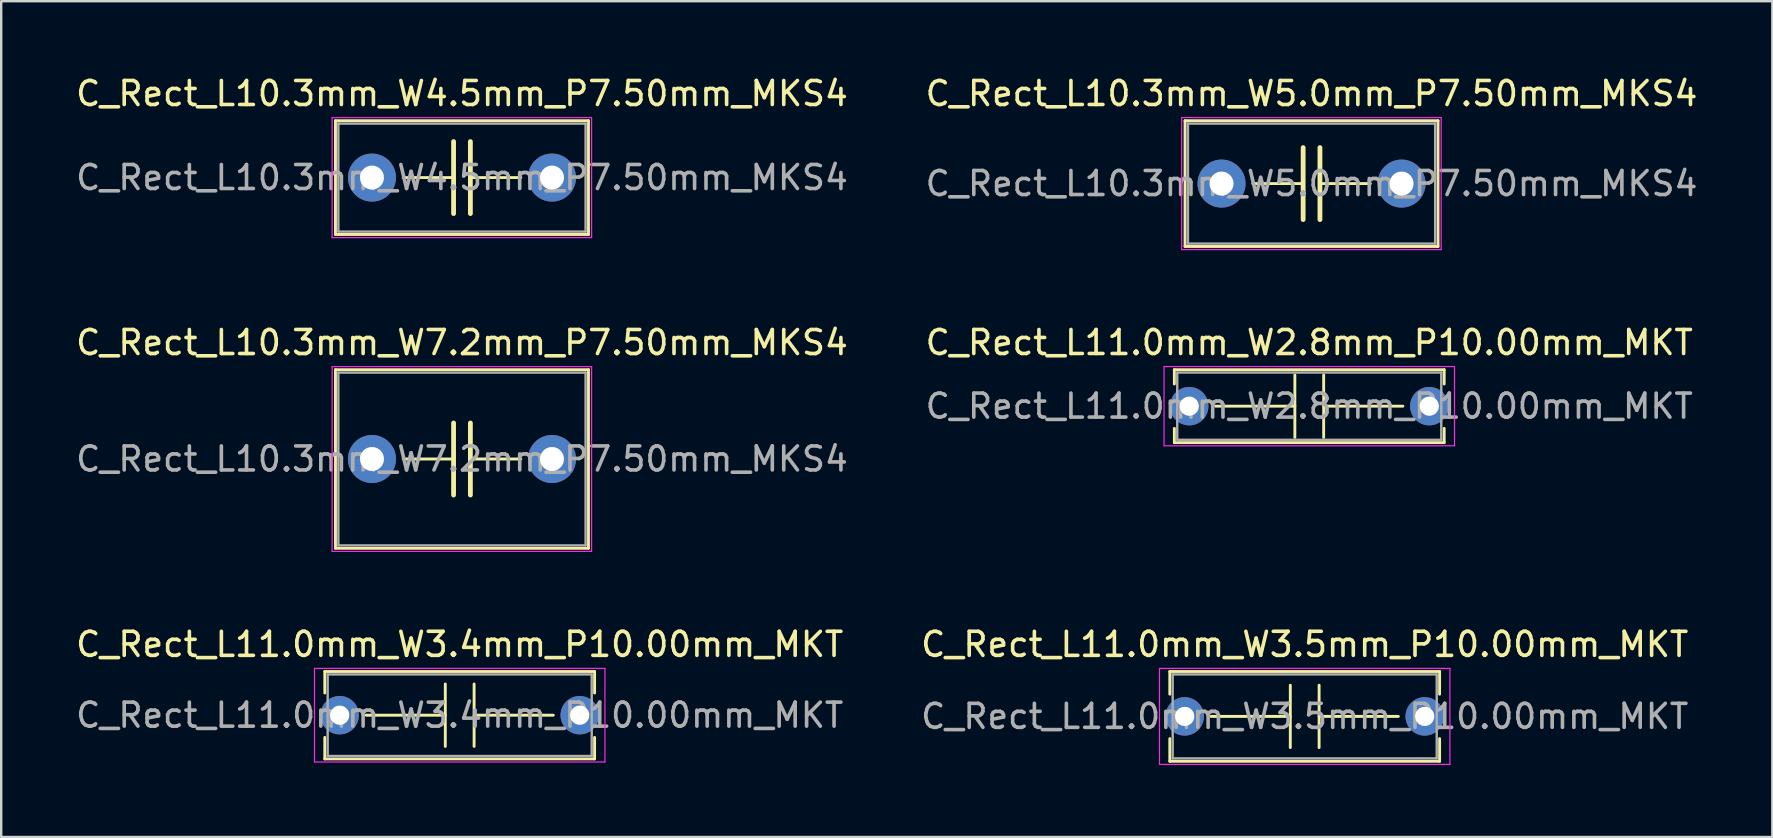
<source format=kicad_pcb>
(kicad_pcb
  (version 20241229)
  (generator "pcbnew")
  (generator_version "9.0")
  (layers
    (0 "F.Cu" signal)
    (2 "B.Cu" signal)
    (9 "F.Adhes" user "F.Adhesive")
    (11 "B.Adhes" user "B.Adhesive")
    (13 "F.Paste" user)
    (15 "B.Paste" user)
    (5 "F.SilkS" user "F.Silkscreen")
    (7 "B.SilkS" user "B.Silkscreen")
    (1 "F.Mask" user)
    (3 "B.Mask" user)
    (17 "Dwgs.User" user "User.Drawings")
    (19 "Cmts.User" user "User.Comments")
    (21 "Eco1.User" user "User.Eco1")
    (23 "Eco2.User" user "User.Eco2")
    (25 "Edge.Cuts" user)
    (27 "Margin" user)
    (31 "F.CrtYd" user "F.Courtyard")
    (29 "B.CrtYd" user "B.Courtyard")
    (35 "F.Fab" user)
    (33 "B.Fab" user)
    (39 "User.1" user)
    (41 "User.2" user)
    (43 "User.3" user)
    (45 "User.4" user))
  (footprint "C_Rect_L11.0mm_W3.5mm_P10.00mm_MKT"
    (layer "F.Cu")
    (at 46.304 26.795)
    (property "Reference" "C_Rect_L11.0mm_W3.5mm_P10.00mm_MKT" (at 5 -3 0) (layer "F.SilkS") (effects (font (size 1 1) (thickness 0.15))))
    (attr through_hole)
    (fp_line (start -0.62 -1.87) (end -0.62 -0.925) (stroke (width 0.12) (type solid)) (layer "F.SilkS"))
    (fp_line (start -0.62 -1.87) (end 10.62 -1.87) (stroke (width 0.12) (type solid)) (layer "F.SilkS"))
    (fp_line (start -0.62 0.925) (end -0.62 1.87) (stroke (width 0.12) (type solid)) (layer "F.SilkS"))
    (fp_line (start -0.62 1.87) (end 10.62 1.87) (stroke (width 0.12) (type solid)) (layer "F.SilkS"))
    (fp_line (start 1.1 0) (end 4.4 0) (stroke (width 0.12) (type solid)) (layer "F.SilkS"))
    (fp_line (start 4.4 1.3) (end 4.4 -1.3) (stroke (width 0.12) (type solid)) (layer "F.SilkS"))
    (fp_line (start 5.6 1.3) (end 5.6 -1.3) (stroke (width 0.12) (type solid)) (layer "F.SilkS"))
    (fp_line (start 8.9 0) (end 5.6 0) (stroke (width 0.12) (type solid)) (layer "F.SilkS"))
    (fp_line (start 10.62 -1.87) (end 10.62 -0.925) (stroke (width 0.12) (type solid)) (layer "F.SilkS"))
    (fp_line (start 10.62 0.925) (end 10.62 1.87) (stroke (width 0.12) (type solid)) (layer "F.SilkS"))
    (fp_line (start -1.05 -2) (end -1.05 2) (stroke (width 0.05) (type solid)) (layer "F.CrtYd"))
    (fp_line (start -1.05 2) (end 11.05 2) (stroke (width 0.05) (type solid)) (layer "F.CrtYd"))
    (fp_line (start 11.05 -2) (end -1.05 -2) (stroke (width 0.05) (type solid)) (layer "F.CrtYd"))
    (fp_line (start 11.05 2) (end 11.05 -2) (stroke (width 0.05) (type solid)) (layer "F.CrtYd"))
    (fp_line (start -0.5 -1.75) (end -0.5 1.75) (stroke (width 0.1) (type solid)) (layer "F.Fab"))
    (fp_line (start -0.5 1.75) (end 10.5 1.75) (stroke (width 0.1) (type solid)) (layer "F.Fab"))
    (fp_line (start 10.5 -1.75) (end -0.5 -1.75) (stroke (width 0.1) (type solid)) (layer "F.Fab"))
    (fp_line (start 10.5 1.75) (end 10.5 -1.75) (stroke (width 0.1) (type solid)) (layer "F.Fab"))
    (fp_text user "${REFERENCE}" (at 5 0 0) (layer "F.Fab") (effects (font (size 1 1) (thickness 0.15))))
    (pad "1" thru_hole circle (at 0 0) (size 1.6 1.6) (drill 0.8) (layers "*.Cu" "*.Mask"))
    (pad "2" thru_hole circle (at 10 0) (size 1.6 1.6) (drill 0.8) (layers "*.Cu" "*.Mask")))
  (footprint "C_Rect_L11.0mm_W3.4mm_P10.00mm_MKT"
    (layer "F.Cu")
    (at 11.101 26.745)
    (property "Reference" "C_Rect_L11.0mm_W3.4mm_P10.00mm_MKT" (at 5 -2.95 0) (layer "F.SilkS") (effects (font (size 1 1) (thickness 0.15))))
    (attr through_hole)
    (fp_line (start -0.62 -1.82) (end -0.62 -0.925) (stroke (width 0.12) (type solid)) (layer "F.SilkS"))
    (fp_line (start -0.62 -1.82) (end 10.62 -1.82) (stroke (width 0.12) (type solid)) (layer "F.SilkS"))
    (fp_line (start -0.62 0.925) (end -0.62 1.82) (stroke (width 0.12) (type solid)) (layer "F.SilkS"))
    (fp_line (start -0.62 1.82) (end 10.62 1.82) (stroke (width 0.12) (type solid)) (layer "F.SilkS"))
    (fp_line (start 1.1 0) (end 4.4 0) (stroke (width 0.12) (type solid)) (layer "F.SilkS"))
    (fp_line (start 4.4 1.3) (end 4.4 -1.3) (stroke (width 0.12) (type solid)) (layer "F.SilkS"))
    (fp_line (start 5.6 1.3) (end 5.6 -1.3) (stroke (width 0.12) (type solid)) (layer "F.SilkS"))
    (fp_line (start 8.9 0) (end 5.6 0) (stroke (width 0.12) (type solid)) (layer "F.SilkS"))
    (fp_line (start 10.62 -1.82) (end 10.62 -0.925) (stroke (width 0.12) (type solid)) (layer "F.SilkS"))
    (fp_line (start 10.62 0.925) (end 10.62 1.82) (stroke (width 0.12) (type solid)) (layer "F.SilkS"))
    (fp_line (start -1.05 -1.95) (end -1.05 1.95) (stroke (width 0.05) (type solid)) (layer "F.CrtYd"))
    (fp_line (start -1.05 1.95) (end 11.05 1.95) (stroke (width 0.05) (type solid)) (layer "F.CrtYd"))
    (fp_line (start 11.05 -1.95) (end -1.05 -1.95) (stroke (width 0.05) (type solid)) (layer "F.CrtYd"))
    (fp_line (start 11.05 1.95) (end 11.05 -1.95) (stroke (width 0.05) (type solid)) (layer "F.CrtYd"))
    (fp_line (start -0.5 -1.7) (end -0.5 1.7) (stroke (width 0.1) (type solid)) (layer "F.Fab"))
    (fp_line (start -0.5 1.7) (end 10.5 1.7) (stroke (width 0.1) (type solid)) (layer "F.Fab"))
    (fp_line (start 10.5 -1.7) (end -0.5 -1.7) (stroke (width 0.1) (type solid)) (layer "F.Fab"))
    (fp_line (start 10.5 1.7) (end 10.5 -1.7) (stroke (width 0.1) (type solid)) (layer "F.Fab"))
    (fp_text user "${REFERENCE}" (at 5 0 0) (layer "F.Fab") (effects (font (size 1 1) (thickness 0.15))))
    (pad "1" thru_hole circle (at 0 0) (size 1.6 1.6) (drill 0.8) (layers "*.Cu" "*.Mask"))
    (pad "2" thru_hole circle (at 10 0) (size 1.6 1.6) (drill 0.8) (layers "*.Cu" "*.Mask")))
  (footprint "C_Rect_L10.3mm_W7.2mm_P7.50mm_MKS4"
    (layer "F.Cu")
    (at 12.446 16.072)
    (property "Reference" "C_Rect_L10.3mm_W7.2mm_P7.50mm_MKS4" (at 3.75 -4.85 0) (layer "F.SilkS") (effects (font (size 1 1) (thickness 0.15))))
    (attr through_hole)
    (fp_line (start -1.52 -3.72) (end -1.52 3.72) (stroke (width 0.12) (type solid)) (layer "F.SilkS"))
    (fp_line (start -1.52 -3.72) (end 9.02 -3.72) (stroke (width 0.12) (type solid)) (layer "F.SilkS"))
    (fp_line (start -1.52 3.72) (end 9.02 3.72) (stroke (width 0.12) (type solid)) (layer "F.SilkS"))
    (fp_line (start 1.3 0) (end 3.4 0) (stroke (width 0.12) (type solid)) (layer "F.SilkS"))
    (fp_line (start 3.4 -1.5) (end 3.4 1.5) (stroke (width 0.2) (type solid)) (layer "F.SilkS"))
    (fp_line (start 4.1 -1.5) (end 4.1 1.5) (stroke (width 0.2) (type solid)) (layer "F.SilkS"))
    (fp_line (start 4.1 0) (end 6.2 0) (stroke (width 0.12) (type solid)) (layer "F.SilkS"))
    (fp_line (start 9.02 -3.72) (end 9.02 3.72) (stroke (width 0.12) (type solid)) (layer "F.SilkS"))
    (fp_line (start -1.66 -3.85) (end -1.66 3.85) (stroke (width 0.05) (type solid)) (layer "F.CrtYd"))
    (fp_line (start -1.66 3.85) (end 9.15 3.85) (stroke (width 0.05) (type solid)) (layer "F.CrtYd"))
    (fp_line (start 9.15 -3.85) (end -1.66 -3.85) (stroke (width 0.05) (type solid)) (layer "F.CrtYd"))
    (fp_line (start 9.15 3.85) (end 9.15 -3.85) (stroke (width 0.05) (type solid)) (layer "F.CrtYd"))
    (fp_line (start -1.4 -3.6) (end -1.4 3.6) (stroke (width 0.1) (type solid)) (layer "F.Fab"))
    (fp_line (start -1.4 3.6) (end 8.9 3.6) (stroke (width 0.1) (type solid)) (layer "F.Fab"))
    (fp_line (start 8.9 -3.6) (end -1.4 -3.6) (stroke (width 0.1) (type solid)) (layer "F.Fab"))
    (fp_line (start 8.9 3.6) (end 8.9 -3.6) (stroke (width 0.1) (type solid)) (layer "F.Fab"))
    (fp_text user "${REFERENCE}" (at 3.75 0 0) (layer "F.Fab") (effects (font (size 1 1) (thickness 0.15))))
    (pad "1" thru_hole circle (at 0 0) (size 2 2) (drill 1) (layers "*.Cu" "*.Mask"))
    (pad "2" thru_hole circle (at 7.5 0) (size 2 2) (drill 1) (layers "*.Cu" "*.Mask")))
  (footprint "C_Rect_L11.0mm_W2.8mm_P10.00mm_MKT"
    (layer "F.Cu")
    (at 46.494 13.871)
    (property "Reference" "C_Rect_L11.0mm_W2.8mm_P10.00mm_MKT" (at 5 -2.65 0) (layer "F.SilkS") (effects (font (size 1 1) (thickness 0.15))))
    (attr through_hole)
    (fp_line (start -0.62 -1.52) (end -0.62 -0.925) (stroke (width 0.12) (type solid)) (layer "F.SilkS"))
    (fp_line (start -0.62 -1.52) (end 10.62 -1.52) (stroke (width 0.12) (type solid)) (layer "F.SilkS"))
    (fp_line (start -0.62 0.925) (end -0.62 1.52) (stroke (width 0.12) (type solid)) (layer "F.SilkS"))
    (fp_line (start -0.62 1.52) (end 10.62 1.52) (stroke (width 0.12) (type solid)) (layer "F.SilkS"))
    (fp_line (start 1.1 0) (end 4.4 0) (stroke (width 0.12) (type solid)) (layer "F.SilkS"))
    (fp_line (start 4.4 1.3) (end 4.4 -1.3) (stroke (width 0.12) (type solid)) (layer "F.SilkS"))
    (fp_line (start 5.6 1.3) (end 5.6 -1.3) (stroke (width 0.12) (type solid)) (layer "F.SilkS"))
    (fp_line (start 8.9 0) (end 5.6 0) (stroke (width 0.12) (type solid)) (layer "F.SilkS"))
    (fp_line (start 10.62 -1.52) (end 10.62 -0.925) (stroke (width 0.12) (type solid)) (layer "F.SilkS"))
    (fp_line (start 10.62 0.925) (end 10.62 1.52) (stroke (width 0.12) (type solid)) (layer "F.SilkS"))
    (fp_line (start -1.05 -1.65) (end -1.05 1.65) (stroke (width 0.05) (type solid)) (layer "F.CrtYd"))
    (fp_line (start -1.05 1.65) (end 11.05 1.65) (stroke (width 0.05) (type solid)) (layer "F.CrtYd"))
    (fp_line (start 11.05 -1.65) (end -1.05 -1.65) (stroke (width 0.05) (type solid)) (layer "F.CrtYd"))
    (fp_line (start 11.05 1.65) (end 11.05 -1.65) (stroke (width 0.05) (type solid)) (layer "F.CrtYd"))
    (fp_line (start -0.5 -1.4) (end -0.5 1.4) (stroke (width 0.1) (type solid)) (layer "F.Fab"))
    (fp_line (start -0.5 1.4) (end 10.5 1.4) (stroke (width 0.1) (type solid)) (layer "F.Fab"))
    (fp_line (start 10.5 -1.4) (end -0.5 -1.4) (stroke (width 0.1) (type solid)) (layer "F.Fab"))
    (fp_line (start 10.5 1.4) (end 10.5 -1.4) (stroke (width 0.1) (type solid)) (layer "F.Fab"))
    (fp_text user "${REFERENCE}" (at 5 0 0) (layer "F.Fab") (effects (font (size 1 1) (thickness 0.15))))
    (pad "1" thru_hole circle (at 0 0) (size 1.6 1.6) (drill 0.8) (layers "*.Cu" "*.Mask"))
    (pad "2" thru_hole circle (at 10 0) (size 1.6 1.6) (drill 0.8) (layers "*.Cu" "*.Mask")))
  (footprint "C_Rect_L10.3mm_W4.5mm_P7.50mm_MKS4"
    (layer "F.Cu")
    (at 12.446 4.348)
    (property "Reference" "C_Rect_L10.3mm_W4.5mm_P7.50mm_MKS4" (at 3.75 -3.5 0) (layer "F.SilkS") (effects (font (size 1 1) (thickness 0.15))))
    (attr through_hole)
    (fp_line (start -1.52 -2.37) (end -1.52 2.37) (stroke (width 0.12) (type solid)) (layer "F.SilkS"))
    (fp_line (start -1.52 -2.37) (end 9.02 -2.37) (stroke (width 0.12) (type solid)) (layer "F.SilkS"))
    (fp_line (start -1.52 2.37) (end 9.02 2.37) (stroke (width 0.12) (type solid)) (layer "F.SilkS"))
    (fp_line (start 1.3 0) (end 3.4 0) (stroke (width 0.12) (type solid)) (layer "F.SilkS"))
    (fp_line (start 3.4 -1.5) (end 3.4 1.5) (stroke (width 0.2) (type solid)) (layer "F.SilkS"))
    (fp_line (start 4.1 -1.5) (end 4.1 1.5) (stroke (width 0.2) (type solid)) (layer "F.SilkS"))
    (fp_line (start 4.1 0) (end 6.2 0) (stroke (width 0.12) (type solid)) (layer "F.SilkS"))
    (fp_line (start 9.02 -2.37) (end 9.02 2.37) (stroke (width 0.12) (type solid)) (layer "F.SilkS"))
    (fp_line (start -1.66 -2.5) (end -1.66 2.5) (stroke (width 0.05) (type solid)) (layer "F.CrtYd"))
    (fp_line (start -1.66 2.5) (end 9.15 2.5) (stroke (width 0.05) (type solid)) (layer "F.CrtYd"))
    (fp_line (start 9.15 -2.5) (end -1.66 -2.5) (stroke (width 0.05) (type solid)) (layer "F.CrtYd"))
    (fp_line (start 9.15 2.5) (end 9.15 -2.5) (stroke (width 0.05) (type solid)) (layer "F.CrtYd"))
    (fp_line (start -1.4 -2.25) (end -1.4 2.25) (stroke (width 0.1) (type solid)) (layer "F.Fab"))
    (fp_line (start -1.4 2.25) (end 8.9 2.25) (stroke (width 0.1) (type solid)) (layer "F.Fab"))
    (fp_line (start 8.9 -2.25) (end -1.4 -2.25) (stroke (width 0.1) (type solid)) (layer "F.Fab"))
    (fp_line (start 8.9 2.25) (end 8.9 -2.25) (stroke (width 0.1) (type solid)) (layer "F.Fab"))
    (fp_text user "${REFERENCE}" (at 3.75 0 0) (layer "F.Fab") (effects (font (size 1 1) (thickness 0.15))))
    (pad "1" thru_hole circle (at 0 0) (size 2 2) (drill 1) (layers "*.Cu" "*.Mask"))
    (pad "2" thru_hole circle (at 7.5 0) (size 2 2) (drill 1) (layers "*.Cu" "*.Mask")))
  (footprint "C_Rect_L10.3mm_W5.0mm_P7.50mm_MKS4"
    (layer "F.Cu")
    (at 47.839 4.598)
    (property "Reference" "C_Rect_L10.3mm_W5.0mm_P7.50mm_MKS4" (at 3.75 -3.75 0) (layer "F.SilkS") (effects (font (size 1 1) (thickness 0.15))))
    (attr through_hole)
    (fp_line (start -1.52 -2.62) (end -1.52 2.62) (stroke (width 0.12) (type solid)) (layer "F.SilkS"))
    (fp_line (start -1.52 -2.62) (end 9.02 -2.62) (stroke (width 0.12) (type solid)) (layer "F.SilkS"))
    (fp_line (start -1.52 2.62) (end 9.02 2.62) (stroke (width 0.12) (type solid)) (layer "F.SilkS"))
    (fp_line (start 1.3 0) (end 3.4 0) (stroke (width 0.12) (type solid)) (layer "F.SilkS"))
    (fp_line (start 3.4 -1.5) (end 3.4 1.5) (stroke (width 0.2) (type solid)) (layer "F.SilkS"))
    (fp_line (start 4.1 -1.5) (end 4.1 1.5) (stroke (width 0.2) (type solid)) (layer "F.SilkS"))
    (fp_line (start 4.1 0) (end 6.2 0) (stroke (width 0.12) (type solid)) (layer "F.SilkS"))
    (fp_line (start 9.02 -2.62) (end 9.02 2.62) (stroke (width 0.12) (type solid)) (layer "F.SilkS"))
    (fp_line (start -1.66 -2.75) (end -1.66 2.75) (stroke (width 0.05) (type solid)) (layer "F.CrtYd"))
    (fp_line (start -1.66 2.75) (end 9.15 2.75) (stroke (width 0.05) (type solid)) (layer "F.CrtYd"))
    (fp_line (start 9.15 -2.75) (end -1.66 -2.75) (stroke (width 0.05) (type solid)) (layer "F.CrtYd"))
    (fp_line (start 9.15 2.75) (end 9.15 -2.75) (stroke (width 0.05) (type solid)) (layer "F.CrtYd"))
    (fp_line (start -1.4 -2.5) (end -1.4 2.5) (stroke (width 0.1) (type solid)) (layer "F.Fab"))
    (fp_line (start -1.4 2.5) (end 8.9 2.5) (stroke (width 0.1) (type solid)) (layer "F.Fab"))
    (fp_line (start 8.9 -2.5) (end -1.4 -2.5) (stroke (width 0.1) (type solid)) (layer "F.Fab"))
    (fp_line (start 8.9 2.5) (end 8.9 -2.5) (stroke (width 0.1) (type solid)) (layer "F.Fab"))
    (fp_text user "${REFERENCE}" (at 3.75 0 0) (layer "F.Fab") (effects (font (size 1 1) (thickness 0.15))))
    (pad "1" thru_hole circle (at 0 0) (size 2 2) (drill 1) (layers "*.Cu" "*.Mask"))
    (pad "2" thru_hole circle (at 7.5 0) (size 2 2) (drill 1) (layers "*.Cu" "*.Mask")))
  (gr_rect
    (start -3 -3)
    (end 70.786 31.82)
    (stroke (width 0.1) (type default))
    (fill no)
    (layer "Edge.Cuts")))
</source>
